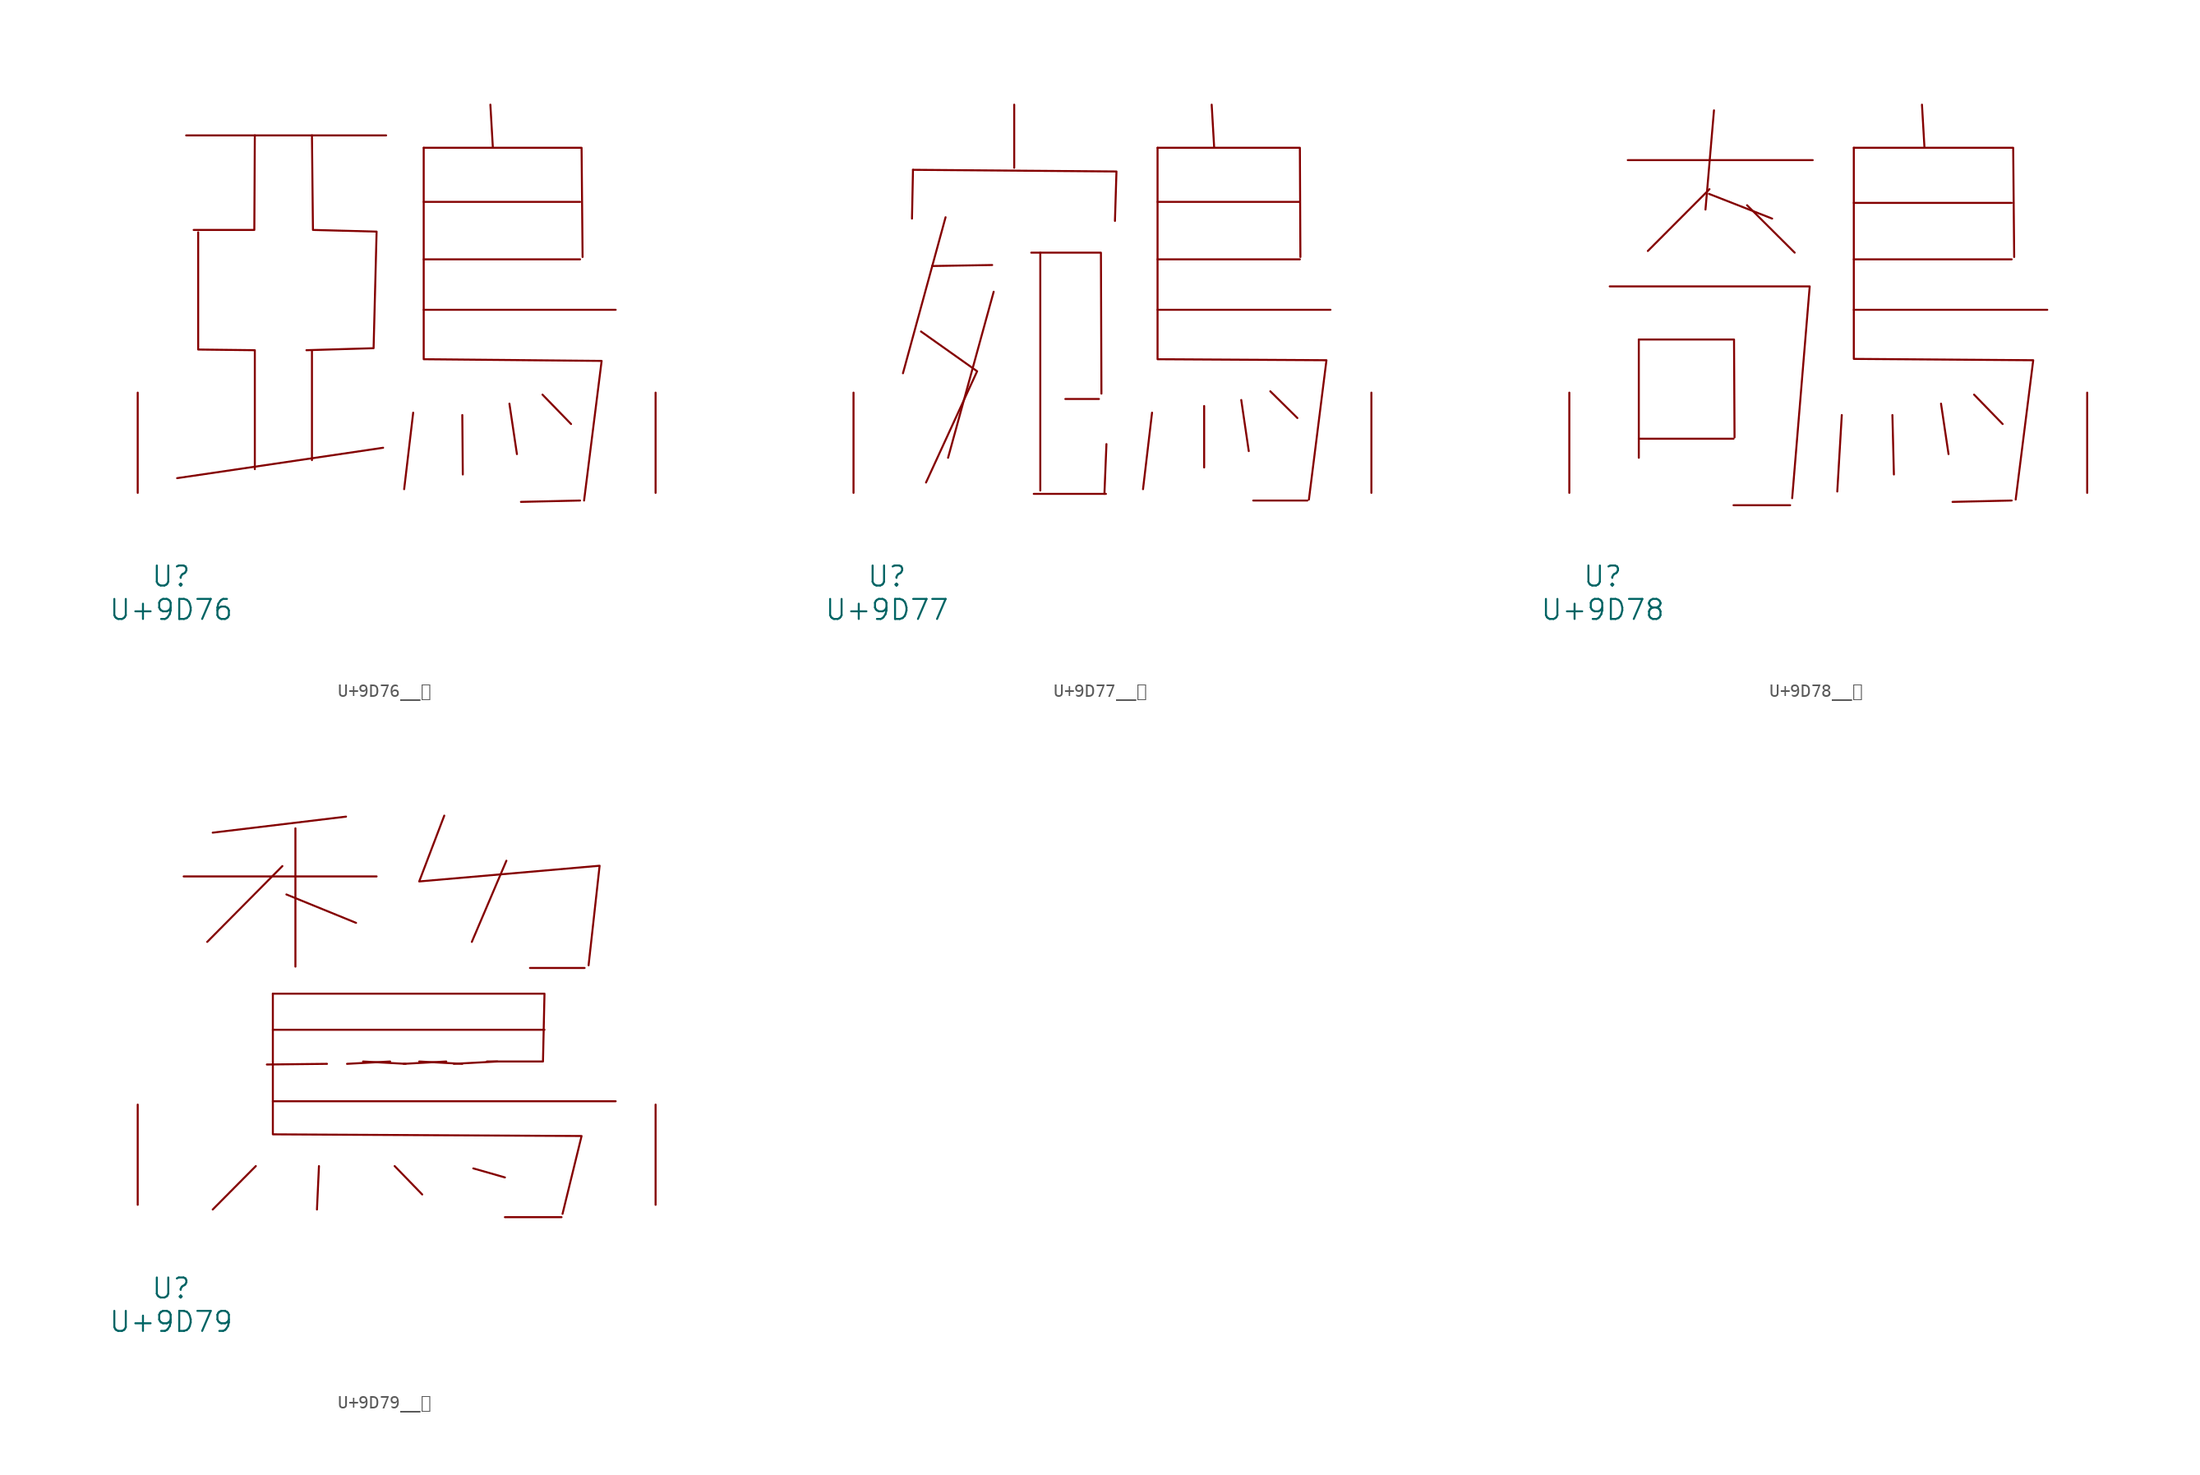
<source format=kicad_sym>
(kicad_symbol_lib
  (version 20231120)
  (generator "kicad_symbol_editor")
  (generator_version "8.0")
  (symbol "U+9D76__鵶"
    (pin_names
      (offset 1.016))
    (property "Reference" "U"
      (at 0 -6.35 0)
      (effects (font (size 1.524 1.524))))
    (property "Value" "U+9D76"
      (at 0 -8.89 0)
      (effects (font (size 1.524 1.524))))
    (symbol "U+9D76__鵶_0_1"
      (polyline (pts (xy 1.143 27.178) (xy 16.345 27.178)) (stroke (width 0) (type solid)) (fill (type none)))
      (polyline (pts (xy 10.706 10.846) (xy 10.706 2.489)) (stroke (width 0) (type solid)) (fill (type none)))
      (polyline (pts (xy 16.116 3.429) (xy 0.457 1.118)) (stroke (width 0) (type solid)) (fill (type none)))
      (polyline (pts (xy 18.402 6.096) (xy 17.716 0.279)) (stroke (width 0) (type solid)) (fill (type none)))
      (polyline (pts (xy 19.202 13.919) (xy 33.795 13.919)) (stroke (width 0) (type solid)) (fill (type none)))
      (polyline (pts (xy 19.202 17.755) (xy 31.09 17.755)) (stroke (width 0) (type solid)) (fill (type none)))
      (polyline (pts (xy 19.202 22.123) (xy 31.09 22.123)) (stroke (width 0) (type solid)) (fill (type none)))
      (polyline (pts (xy 22.136 5.918) (xy 22.174 1.397)) (stroke (width 0) (type solid)) (fill (type none)))
      (polyline (pts (xy 24.27 29.515) (xy 24.46 26.238)) (stroke (width 0) (type solid)) (fill (type none)))
      (polyline (pts (xy 25.718 6.782) (xy 26.289 2.946)) (stroke (width 0) (type solid)) (fill (type none)))
      (polyline (pts (xy 28.232 7.468) (xy 30.404 5.232)) (stroke (width 0) (type solid)) (fill (type none)))
      (polyline (pts (xy 31.09 -0.584) (xy 26.594 -0.686)) (stroke (width 0) (type solid)) (fill (type none)))
      (polyline (pts (xy 6.363 27.178) (xy 6.325 19.99) (xy 1.714 19.99)) (stroke (width 0) (type solid)) (fill (type none)))
      (polyline (pts (xy 19.202 26.238) (xy 31.204 26.238) (xy 31.28 17.932)) (stroke (width 0) (type solid)) (fill (type none)))
      (polyline (pts (xy 2.057 19.812) (xy 2.057 10.897) (xy 6.363 10.846) (xy 6.363 1.803)) (stroke (width 0) (type solid)) (fill (type none)))
      (polyline (pts (xy 19.202 26.238) (xy 19.202 10.16) (xy 32.728 10.033) (xy 31.394 -0.584)) (stroke (width 0) (type solid)) (fill (type none)))
      (polyline (pts (xy 10.706 27.178) (xy 10.782 19.99) (xy 15.621 19.863) (xy 15.392 10.998) (xy 10.287 10.846)) (stroke (width 0) (type solid)) (fill (type none)))
      (pin input line (at -2.54 0 90) (length 7.62) (name "~" (effects (font (size 1.27 1.27)))) (number "~" (effects (font (size 1.27 1.27)))))
      (pin input line (at 36.83 0 90) (length 7.62) (name "~" (effects (font (size 1.27 1.27)))) (number "~" (effects (font (size 1.27 1.27)))))))
  (symbol "U+9D77__鵷"
    (pin_names
      (offset 1.016))
    (property "Reference" "U"
      (at 0 -6.35 0)
      (effects (font (size 1.524 1.524))))
    (property "Value" "U+9D77"
      (at 0 -8.89 0)
      (effects (font (size 1.524 1.524))))
    (symbol "U+9D77__鵷_0_1"
      (polyline (pts (xy 1.981 24.562) (xy 1.905 20.853)) (stroke (width 0) (type solid)) (fill (type none)))
      (polyline (pts (xy 4.458 20.955) (xy 1.219 9.093)) (stroke (width 0) (type solid)) (fill (type none)))
      (polyline (pts (xy 8.001 17.323) (xy 3.429 17.247)) (stroke (width 0) (type solid)) (fill (type none)))
      (polyline (pts (xy 8.115 15.291) (xy 4.648 2.667)) (stroke (width 0) (type solid)) (fill (type none)))
      (polyline (pts (xy 9.677 29.515) (xy 9.677 24.714)) (stroke (width 0) (type solid)) (fill (type none)))
      (polyline (pts (xy 11.163 -0.076) (xy 16.65 -0.076)) (stroke (width 0) (type solid)) (fill (type none)))
      (polyline (pts (xy 11.659 18.263) (xy 11.659 0.178)) (stroke (width 0) (type solid)) (fill (type none)))
      (polyline (pts (xy 13.564 7.137) (xy 16.116 7.137)) (stroke (width 0) (type solid)) (fill (type none)))
      (polyline (pts (xy 16.688 3.708) (xy 16.535 -0.076)) (stroke (width 0) (type solid)) (fill (type none)))
      (polyline (pts (xy 20.155 6.096) (xy 19.469 0.279)) (stroke (width 0) (type solid)) (fill (type none)))
      (polyline (pts (xy 20.574 13.919) (xy 33.718 13.919)) (stroke (width 0) (type solid)) (fill (type none)))
      (polyline (pts (xy 20.574 17.755) (xy 31.394 17.755)) (stroke (width 0) (type solid)) (fill (type none)))
      (polyline (pts (xy 20.574 22.123) (xy 31.394 22.123)) (stroke (width 0) (type solid)) (fill (type none)))
      (polyline (pts (xy 24.117 6.604) (xy 24.117 1.93)) (stroke (width 0) (type solid)) (fill (type none)))
      (polyline (pts (xy 24.689 29.515) (xy 24.879 26.238)) (stroke (width 0) (type solid)) (fill (type none)))
      (polyline (pts (xy 26.937 7.061) (xy 27.508 3.175)) (stroke (width 0) (type solid)) (fill (type none)))
      (polyline (pts (xy 29.146 7.722) (xy 31.204 5.69)) (stroke (width 0) (type solid)) (fill (type none)))
      (polyline (pts (xy 31.966 -0.584) (xy 27.851 -0.584)) (stroke (width 0) (type solid)) (fill (type none)))
      (polyline (pts (xy 1.981 24.562) (xy 17.45 24.435) (xy 17.335 20.676)) (stroke (width 0) (type solid)) (fill (type none)))
      (polyline (pts (xy 2.591 12.268) (xy 6.858 9.246) (xy 2.972 0.787)) (stroke (width 0) (type solid)) (fill (type none)))
      (polyline (pts (xy 10.973 18.263) (xy 16.269 18.263) (xy 16.307 7.544)) (stroke (width 0) (type solid)) (fill (type none)))
      (polyline (pts (xy 20.574 26.238) (xy 31.394 26.238) (xy 31.433 17.932)) (stroke (width 0) (type solid)) (fill (type none)))
      (polyline (pts (xy 20.574 26.238) (xy 20.574 10.16) (xy 33.414 10.084) (xy 32.08 -0.508)) (stroke (width 0) (type solid)) (fill (type none)))
      (pin input line (at -2.54 0 90) (length 7.62) (name "~" (effects (font (size 1.27 1.27)))) (number "~" (effects (font (size 1.27 1.27)))))
      (pin input line (at 36.83 0 90) (length 7.62) (name "~" (effects (font (size 1.27 1.27)))) (number "~" (effects (font (size 1.27 1.27)))))))
  (symbol "U+9D78__鵸"
    (pin_names
      (offset 1.016))
    (property "Reference" "U"
      (at 0 -6.35 0)
      (effects (font (size 1.524 1.524))))
    (property "Value" "U+9D78"
      (at 0 -8.89 0)
      (effects (font (size 1.524 1.524))))
    (symbol "U+9D78__鵸_0_1"
      (polyline (pts (xy 1.905 25.298) (xy 15.964 25.298)) (stroke (width 0) (type solid)) (fill (type none)))
      (polyline (pts (xy 2.743 4.115) (xy 9.944 4.115)) (stroke (width 0) (type solid)) (fill (type none)))
      (polyline (pts (xy 2.743 11.659) (xy 2.743 2.667)) (stroke (width 0) (type solid)) (fill (type none)))
      (polyline (pts (xy 8.077 22.733) (xy 12.878 20.853)) (stroke (width 0) (type solid)) (fill (type none)))
      (polyline (pts (xy 8.115 23.089) (xy 3.429 18.39)) (stroke (width 0) (type solid)) (fill (type none)))
      (polyline (pts (xy 8.458 29.083) (xy 7.811 21.539)) (stroke (width 0) (type solid)) (fill (type none)))
      (polyline (pts (xy 9.944 -0.94) (xy 14.249 -0.94)) (stroke (width 0) (type solid)) (fill (type none)))
      (polyline (pts (xy 10.973 21.869) (xy 14.592 18.263)) (stroke (width 0) (type solid)) (fill (type none)))
      (polyline (pts (xy 18.174 5.918) (xy 17.831 0.102)) (stroke (width 0) (type solid)) (fill (type none)))
      (polyline (pts (xy 19.088 13.919) (xy 33.795 13.919)) (stroke (width 0) (type solid)) (fill (type none)))
      (polyline (pts (xy 19.088 17.755) (xy 31.09 17.755)) (stroke (width 0) (type solid)) (fill (type none)))
      (polyline (pts (xy 19.088 22.047) (xy 31.09 22.047)) (stroke (width 0) (type solid)) (fill (type none)))
      (polyline (pts (xy 22.022 5.918) (xy 22.136 1.397)) (stroke (width 0) (type solid)) (fill (type none)))
      (polyline (pts (xy 24.27 29.515) (xy 24.46 26.238)) (stroke (width 0) (type solid)) (fill (type none)))
      (polyline (pts (xy 25.718 6.782) (xy 26.289 2.946)) (stroke (width 0) (type solid)) (fill (type none)))
      (polyline (pts (xy 28.232 7.468) (xy 30.404 5.232)) (stroke (width 0) (type solid)) (fill (type none)))
      (polyline (pts (xy 31.09 -0.584) (xy 26.594 -0.686)) (stroke (width 0) (type solid)) (fill (type none)))
      (polyline (pts (xy 0.533 15.697) (xy 15.735 15.697) (xy 14.402 -0.406)) (stroke (width 0) (type solid)) (fill (type none)))
      (polyline (pts (xy 2.743 11.659) (xy 9.982 11.659) (xy 10.02 4.216)) (stroke (width 0) (type solid)) (fill (type none)))
      (polyline (pts (xy 19.088 26.238) (xy 31.204 26.238) (xy 31.28 17.932)) (stroke (width 0) (type solid)) (fill (type none)))
      (polyline (pts (xy 19.088 26.238) (xy 19.088 10.185) (xy 32.728 10.084) (xy 31.394 -0.508)) (stroke (width 0) (type solid)) (fill (type none)))
      (pin input line (at -2.54 0 90) (length 7.62) (name "~" (effects (font (size 1.27 1.27)))) (number "~" (effects (font (size 1.27 1.27)))))
      (pin input line (at 36.83 0 90) (length 7.62) (name "~" (effects (font (size 1.27 1.27)))) (number "~" (effects (font (size 1.27 1.27)))))))
  (symbol "U+9D79__鵹"
    (pin_names
      (offset 1.016))
    (property "Reference" "U"
      (at 0 -6.35 0)
      (effects (font (size 1.524 1.524))))
    (property "Value" "U+9D79"
      (at 0 -8.89 0)
      (effects (font (size 1.524 1.524))))
    (symbol "U+9D79__鵹_0_1"
      (polyline (pts (xy 0.953 24.968) (xy 15.621 24.968)) (stroke (width 0) (type solid)) (fill (type none)))
      (polyline (pts (xy 6.439 2.946) (xy 3.162 -0.356)) (stroke (width 0) (type solid)) (fill (type none)))
      (polyline (pts (xy 7.734 7.874) (xy 33.795 7.874)) (stroke (width 0) (type solid)) (fill (type none)))
      (polyline (pts (xy 7.734 13.31) (xy 28.384 13.31)) (stroke (width 0) (type solid)) (fill (type none)))
      (polyline (pts (xy 8.458 25.756) (xy 2.743 19.99)) (stroke (width 0) (type solid)) (fill (type none)))
      (polyline (pts (xy 8.763 23.597) (xy 14.059 21.438)) (stroke (width 0) (type solid)) (fill (type none)))
      (polyline (pts (xy 9.449 28.626) (xy 9.449 18.11)) (stroke (width 0) (type solid)) (fill (type none)))
      (polyline (pts (xy 11.239 2.946) (xy 11.087 -0.356)) (stroke (width 0) (type solid)) (fill (type none)))
      (polyline (pts (xy 11.849 10.719) (xy 7.277 10.668)) (stroke (width 0) (type solid)) (fill (type none)))
      (polyline (pts (xy 13.297 29.515) (xy 3.162 28.296)) (stroke (width 0) (type solid)) (fill (type none)))
      (polyline (pts (xy 13.373 10.719) (xy 16.65 10.897)) (stroke (width 0) (type solid)) (fill (type none)))
      (polyline (pts (xy 16.993 2.946) (xy 19.088 0.787)) (stroke (width 0) (type solid)) (fill (type none)))
      (polyline (pts (xy 17.678 10.719) (xy 20.917 10.897)) (stroke (width 0) (type solid)) (fill (type none)))
      (polyline (pts (xy 17.831 10.719) (xy 14.592 10.897)) (stroke (width 0) (type solid)) (fill (type none)))
      (polyline (pts (xy 21.488 10.719) (xy 24.803 10.897)) (stroke (width 0) (type solid)) (fill (type none)))
      (polyline (pts (xy 22.136 10.719) (xy 18.86 10.897)) (stroke (width 0) (type solid)) (fill (type none)))
      (polyline (pts (xy 22.974 2.769) (xy 25.375 2.083)) (stroke (width 0) (type solid)) (fill (type none)))
      (polyline (pts (xy 25.375 -0.94) (xy 29.68 -0.94)) (stroke (width 0) (type solid)) (fill (type none)))
      (polyline (pts (xy 25.489 26.162) (xy 22.86 19.99)) (stroke (width 0) (type solid)) (fill (type none)))
      (polyline (pts (xy 27.28 18.009) (xy 31.433 18.009)) (stroke (width 0) (type solid)) (fill (type none)))
      (polyline (pts (xy 7.734 16.053) (xy 7.734 5.359) (xy 31.204 5.232) (xy 29.756 -0.686)) (stroke (width 0) (type solid)) (fill (type none)))
      (polyline (pts (xy 7.734 16.053) (xy 28.384 16.053) (xy 28.27 10.897) (xy 24.003 10.897)) (stroke (width 0) (type solid)) (fill (type none)))
      (polyline (pts (xy 20.765 29.591) (xy 18.86 24.587) (xy 32.575 25.781) (xy 31.737 18.212)) (stroke (width 0) (type solid)) (fill (type none)))
      (pin input line (at -2.54 0 90) (length 7.62) (name "~" (effects (font (size 1.27 1.27)))) (number "~" (effects (font (size 1.27 1.27)))))
      (pin input line (at 36.83 0 90) (length 7.62) (name "~" (effects (font (size 1.27 1.27)))) (number "~" (effects (font (size 1.27 1.27))))))))
</source>
